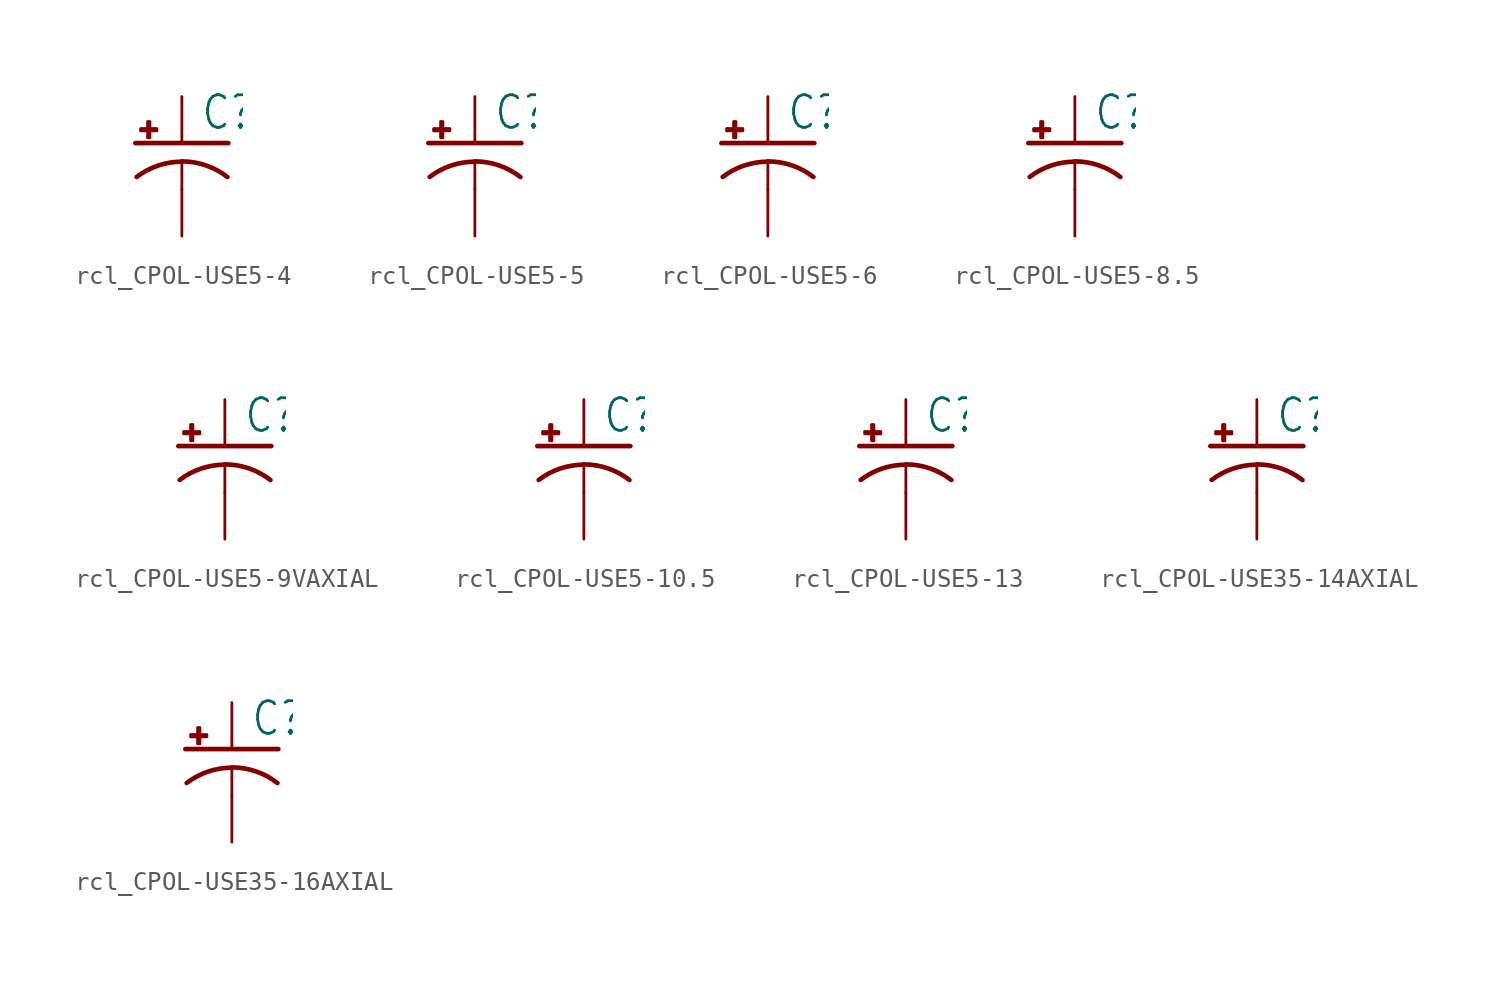
<source format=kicad_sym>
(kicad_symbol_lib
  (version 20220914)
  (generator kicad_symbol_editor)
  (symbol "rcl_CPOL-USE5-4"
    (property "Reference" "C"
      (at 1.016 0.635 0)
      (effects (font (size 1.778 1.511)) (justify left bottom)))
    (property "Value" ""
      (at 1.016 -4.191 0)
      (effects (font (size 1.778 1.511)) (justify left bottom)))
    (property "ki_locked" ""
      (at 0 0 0)
      (effects (font (size 1.27 1.27))))
    (symbol "rcl_CPOL-USE5-4_1_0"
      (rectangle (start -2.253 0.668) (end -1.364 0.795) (stroke (width 0) (type default)) (fill (type outline)))
      (rectangle (start -1.872 0.287) (end -1.745 1.176) (stroke (width 0) (type default)) (fill (type outline)))
      (arc (start 0 -1.0161) (mid -1.3021 -1.2303) (end -2.4669 -1.8504) (stroke (width 0.254) (type solid)) (fill (type none)))
      (polyline (pts (xy -2.54 0) (xy 2.54 0)) (stroke (width 0.254) (type solid)) (fill (type none)))
      (polyline (pts (xy 0 -1.016) (xy 0 -2.54)) (stroke (width 0.152) (type solid)) (fill (type none)))
      (arc (start 2.4892 -1.8541) (mid 1.3158 -1.2194) (end 0 -1) (stroke (width 0.254) (type solid)) (fill (type none)))
      (pin passive line (at 0 2.54 270) (length 2.54) (name "+" (effects (font (size 0 0)))) (number "+" (effects (font (size 0 0)))))
      (pin passive line (at 0 -5.08 90) (length 2.54) (name "-" (effects (font (size 0 0)))) (number "-" (effects (font (size 0 0)))))))
  (symbol "rcl_CPOL-USE5-5"
    (property "Reference" "C"
      (at 1.016 0.635 0)
      (effects (font (size 1.778 1.511)) (justify left bottom)))
    (property "Value" ""
      (at 1.016 -4.191 0)
      (effects (font (size 1.778 1.511)) (justify left bottom)))
    (property "ki_locked" ""
      (at 0 0 0)
      (effects (font (size 1.27 1.27))))
    (symbol "rcl_CPOL-USE5-5_1_0"
      (rectangle (start -2.253 0.668) (end -1.364 0.795) (stroke (width 0) (type default)) (fill (type outline)))
      (rectangle (start -1.872 0.287) (end -1.745 1.176) (stroke (width 0) (type default)) (fill (type outline)))
      (arc (start 0 -1.0161) (mid -1.3021 -1.2303) (end -2.4669 -1.8504) (stroke (width 0.254) (type solid)) (fill (type none)))
      (polyline (pts (xy -2.54 0) (xy 2.54 0)) (stroke (width 0.254) (type solid)) (fill (type none)))
      (polyline (pts (xy 0 -1.016) (xy 0 -2.54)) (stroke (width 0.152) (type solid)) (fill (type none)))
      (arc (start 2.4892 -1.8541) (mid 1.3158 -1.2194) (end 0 -1) (stroke (width 0.254) (type solid)) (fill (type none)))
      (pin passive line (at 0 2.54 270) (length 2.54) (name "+" (effects (font (size 0 0)))) (number "+" (effects (font (size 0 0)))))
      (pin passive line (at 0 -5.08 90) (length 2.54) (name "-" (effects (font (size 0 0)))) (number "-" (effects (font (size 0 0)))))))
  (symbol "rcl_CPOL-USE5-6"
    (property "Reference" "C"
      (at 1.016 0.635 0)
      (effects (font (size 1.778 1.511)) (justify left bottom)))
    (property "Value" ""
      (at 1.016 -4.191 0)
      (effects (font (size 1.778 1.511)) (justify left bottom)))
    (property "ki_locked" ""
      (at 0 0 0)
      (effects (font (size 1.27 1.27))))
    (symbol "rcl_CPOL-USE5-6_1_0"
      (rectangle (start -2.253 0.668) (end -1.364 0.795) (stroke (width 0) (type default)) (fill (type outline)))
      (rectangle (start -1.872 0.287) (end -1.745 1.176) (stroke (width 0) (type default)) (fill (type outline)))
      (arc (start 0 -1.0161) (mid -1.3021 -1.2303) (end -2.4669 -1.8504) (stroke (width 0.254) (type solid)) (fill (type none)))
      (polyline (pts (xy -2.54 0) (xy 2.54 0)) (stroke (width 0.254) (type solid)) (fill (type none)))
      (polyline (pts (xy 0 -1.016) (xy 0 -2.54)) (stroke (width 0.152) (type solid)) (fill (type none)))
      (arc (start 2.4892 -1.8541) (mid 1.3158 -1.2194) (end 0 -1) (stroke (width 0.254) (type solid)) (fill (type none)))
      (pin passive line (at 0 2.54 270) (length 2.54) (name "+" (effects (font (size 0 0)))) (number "+" (effects (font (size 0 0)))))
      (pin passive line (at 0 -5.08 90) (length 2.54) (name "-" (effects (font (size 0 0)))) (number "-" (effects (font (size 0 0)))))))
  (symbol "rcl_CPOL-USE5-8.5"
    (property "Reference" "C"
      (at 1.016 0.635 0)
      (effects (font (size 1.778 1.511)) (justify left bottom)))
    (property "Value" ""
      (at 1.016 -4.191 0)
      (effects (font (size 1.778 1.511)) (justify left bottom)))
    (property "ki_locked" ""
      (at 0 0 0)
      (effects (font (size 1.27 1.27))))
    (symbol "rcl_CPOL-USE5-8.5_1_0"
      (rectangle (start -2.253 0.668) (end -1.364 0.795) (stroke (width 0) (type default)) (fill (type outline)))
      (rectangle (start -1.872 0.287) (end -1.745 1.176) (stroke (width 0) (type default)) (fill (type outline)))
      (arc (start 0 -1.0161) (mid -1.3021 -1.2303) (end -2.4669 -1.8504) (stroke (width 0.254) (type solid)) (fill (type none)))
      (polyline (pts (xy -2.54 0) (xy 2.54 0)) (stroke (width 0.254) (type solid)) (fill (type none)))
      (polyline (pts (xy 0 -1.016) (xy 0 -2.54)) (stroke (width 0.152) (type solid)) (fill (type none)))
      (arc (start 2.4892 -1.8541) (mid 1.3158 -1.2194) (end 0 -1) (stroke (width 0.254) (type solid)) (fill (type none)))
      (pin passive line (at 0 2.54 270) (length 2.54) (name "+" (effects (font (size 0 0)))) (number "+" (effects (font (size 0 0)))))
      (pin passive line (at 0 -5.08 90) (length 2.54) (name "-" (effects (font (size 0 0)))) (number "-" (effects (font (size 0 0)))))))
  (symbol "rcl_CPOL-USE5-9VAXIAL"
    (property "Reference" "C"
      (at 1.016 0.635 0)
      (effects (font (size 1.778 1.511)) (justify left bottom)))
    (property "Value" ""
      (at 1.016 -4.191 0)
      (effects (font (size 1.778 1.511)) (justify left bottom)))
    (property "ki_locked" ""
      (at 0 0 0)
      (effects (font (size 1.27 1.27))))
    (symbol "rcl_CPOL-USE5-9VAXIAL_1_0"
      (rectangle (start -2.253 0.668) (end -1.364 0.795) (stroke (width 0) (type default)) (fill (type outline)))
      (rectangle (start -1.872 0.287) (end -1.745 1.176) (stroke (width 0) (type default)) (fill (type outline)))
      (arc (start 0 -1.0161) (mid -1.3021 -1.2303) (end -2.4669 -1.8504) (stroke (width 0.254) (type solid)) (fill (type none)))
      (polyline (pts (xy -2.54 0) (xy 2.54 0)) (stroke (width 0.254) (type solid)) (fill (type none)))
      (polyline (pts (xy 0 -1.016) (xy 0 -2.54)) (stroke (width 0.152) (type solid)) (fill (type none)))
      (arc (start 2.4892 -1.8541) (mid 1.3158 -1.2194) (end 0 -1) (stroke (width 0.254) (type solid)) (fill (type none)))
      (pin passive line (at 0 2.54 270) (length 2.54) (name "+" (effects (font (size 0 0)))) (number "+" (effects (font (size 0 0)))))
      (pin passive line (at 0 -5.08 90) (length 2.54) (name "-" (effects (font (size 0 0)))) (number "-" (effects (font (size 0 0)))))))
  (symbol "rcl_CPOL-USE5-10.5"
    (property "Reference" "C"
      (at 1.016 0.635 0)
      (effects (font (size 1.778 1.511)) (justify left bottom)))
    (property "Value" ""
      (at 1.016 -4.191 0)
      (effects (font (size 1.778 1.511)) (justify left bottom)))
    (property "ki_locked" ""
      (at 0 0 0)
      (effects (font (size 1.27 1.27))))
    (symbol "rcl_CPOL-USE5-10.5_1_0"
      (rectangle (start -2.253 0.668) (end -1.364 0.795) (stroke (width 0) (type default)) (fill (type outline)))
      (rectangle (start -1.872 0.287) (end -1.745 1.176) (stroke (width 0) (type default)) (fill (type outline)))
      (arc (start 0 -1.0161) (mid -1.3021 -1.2303) (end -2.4669 -1.8504) (stroke (width 0.254) (type solid)) (fill (type none)))
      (polyline (pts (xy -2.54 0) (xy 2.54 0)) (stroke (width 0.254) (type solid)) (fill (type none)))
      (polyline (pts (xy 0 -1.016) (xy 0 -2.54)) (stroke (width 0.152) (type solid)) (fill (type none)))
      (arc (start 2.4892 -1.8541) (mid 1.3158 -1.2194) (end 0 -1) (stroke (width 0.254) (type solid)) (fill (type none)))
      (pin passive line (at 0 2.54 270) (length 2.54) (name "+" (effects (font (size 0 0)))) (number "+" (effects (font (size 0 0)))))
      (pin passive line (at 0 -5.08 90) (length 2.54) (name "-" (effects (font (size 0 0)))) (number "-" (effects (font (size 0 0)))))))
  (symbol "rcl_CPOL-USE5-13"
    (property "Reference" "C"
      (at 1.016 0.635 0)
      (effects (font (size 1.778 1.511)) (justify left bottom)))
    (property "Value" ""
      (at 1.016 -4.191 0)
      (effects (font (size 1.778 1.511)) (justify left bottom)))
    (property "ki_locked" ""
      (at 0 0 0)
      (effects (font (size 1.27 1.27))))
    (symbol "rcl_CPOL-USE5-13_1_0"
      (rectangle (start -2.253 0.668) (end -1.364 0.795) (stroke (width 0) (type default)) (fill (type outline)))
      (rectangle (start -1.872 0.287) (end -1.745 1.176) (stroke (width 0) (type default)) (fill (type outline)))
      (arc (start 0 -1.0161) (mid -1.3021 -1.2303) (end -2.4669 -1.8504) (stroke (width 0.254) (type solid)) (fill (type none)))
      (polyline (pts (xy -2.54 0) (xy 2.54 0)) (stroke (width 0.254) (type solid)) (fill (type none)))
      (polyline (pts (xy 0 -1.016) (xy 0 -2.54)) (stroke (width 0.152) (type solid)) (fill (type none)))
      (arc (start 2.4892 -1.8541) (mid 1.3158 -1.2194) (end 0 -1) (stroke (width 0.254) (type solid)) (fill (type none)))
      (pin passive line (at 0 2.54 270) (length 2.54) (name "+" (effects (font (size 0 0)))) (number "+" (effects (font (size 0 0)))))
      (pin passive line (at 0 -5.08 90) (length 2.54) (name "-" (effects (font (size 0 0)))) (number "-" (effects (font (size 0 0)))))))
  (symbol "rcl_CPOL-USE35-14AXIAL"
    (property "Reference" "C"
      (at 1.016 0.635 0)
      (effects (font (size 1.778 1.511)) (justify left bottom)))
    (property "Value" ""
      (at 1.016 -4.191 0)
      (effects (font (size 1.778 1.511)) (justify left bottom)))
    (property "ki_locked" ""
      (at 0 0 0)
      (effects (font (size 1.27 1.27))))
    (symbol "rcl_CPOL-USE35-14AXIAL_1_0"
      (rectangle (start -2.253 0.668) (end -1.364 0.795) (stroke (width 0) (type default)) (fill (type outline)))
      (rectangle (start -1.872 0.287) (end -1.745 1.176) (stroke (width 0) (type default)) (fill (type outline)))
      (arc (start 0 -1.0161) (mid -1.3021 -1.2303) (end -2.4669 -1.8504) (stroke (width 0.254) (type solid)) (fill (type none)))
      (polyline (pts (xy -2.54 0) (xy 2.54 0)) (stroke (width 0.254) (type solid)) (fill (type none)))
      (polyline (pts (xy 0 -1.016) (xy 0 -2.54)) (stroke (width 0.152) (type solid)) (fill (type none)))
      (arc (start 2.4892 -1.8541) (mid 1.3158 -1.2194) (end 0 -1) (stroke (width 0.254) (type solid)) (fill (type none)))
      (pin passive line (at 0 2.54 270) (length 2.54) (name "+" (effects (font (size 0 0)))) (number "+" (effects (font (size 0 0)))))
      (pin passive line (at 0 -5.08 90) (length 2.54) (name "-" (effects (font (size 0 0)))) (number "-" (effects (font (size 0 0)))))))
  (symbol "rcl_CPOL-USE35-16AXIAL"
    (property "Reference" "C"
      (at 1.016 0.635 0)
      (effects (font (size 1.778 1.511)) (justify left bottom)))
    (property "Value" ""
      (at 1.016 -4.191 0)
      (effects (font (size 1.778 1.511)) (justify left bottom)))
    (property "ki_locked" ""
      (at 0 0 0)
      (effects (font (size 1.27 1.27))))
    (symbol "rcl_CPOL-USE35-16AXIAL_1_0"
      (rectangle (start -2.253 0.668) (end -1.364 0.795) (stroke (width 0) (type default)) (fill (type outline)))
      (rectangle (start -1.872 0.287) (end -1.745 1.176) (stroke (width 0) (type default)) (fill (type outline)))
      (arc (start 0 -1.0161) (mid -1.3021 -1.2303) (end -2.4669 -1.8504) (stroke (width 0.254) (type solid)) (fill (type none)))
      (polyline (pts (xy -2.54 0) (xy 2.54 0)) (stroke (width 0.254) (type solid)) (fill (type none)))
      (polyline (pts (xy 0 -1.016) (xy 0 -2.54)) (stroke (width 0.152) (type solid)) (fill (type none)))
      (arc (start 2.4892 -1.8541) (mid 1.3158 -1.2194) (end 0 -1) (stroke (width 0.254) (type solid)) (fill (type none)))
      (pin passive line (at 0 2.54 270) (length 2.54) (name "+" (effects (font (size 0 0)))) (number "+" (effects (font (size 0 0)))))
      (pin passive line (at 0 -5.08 90) (length 2.54) (name "-" (effects (font (size 0 0)))) (number "-" (effects (font (size 0 0))))))))
</source>
